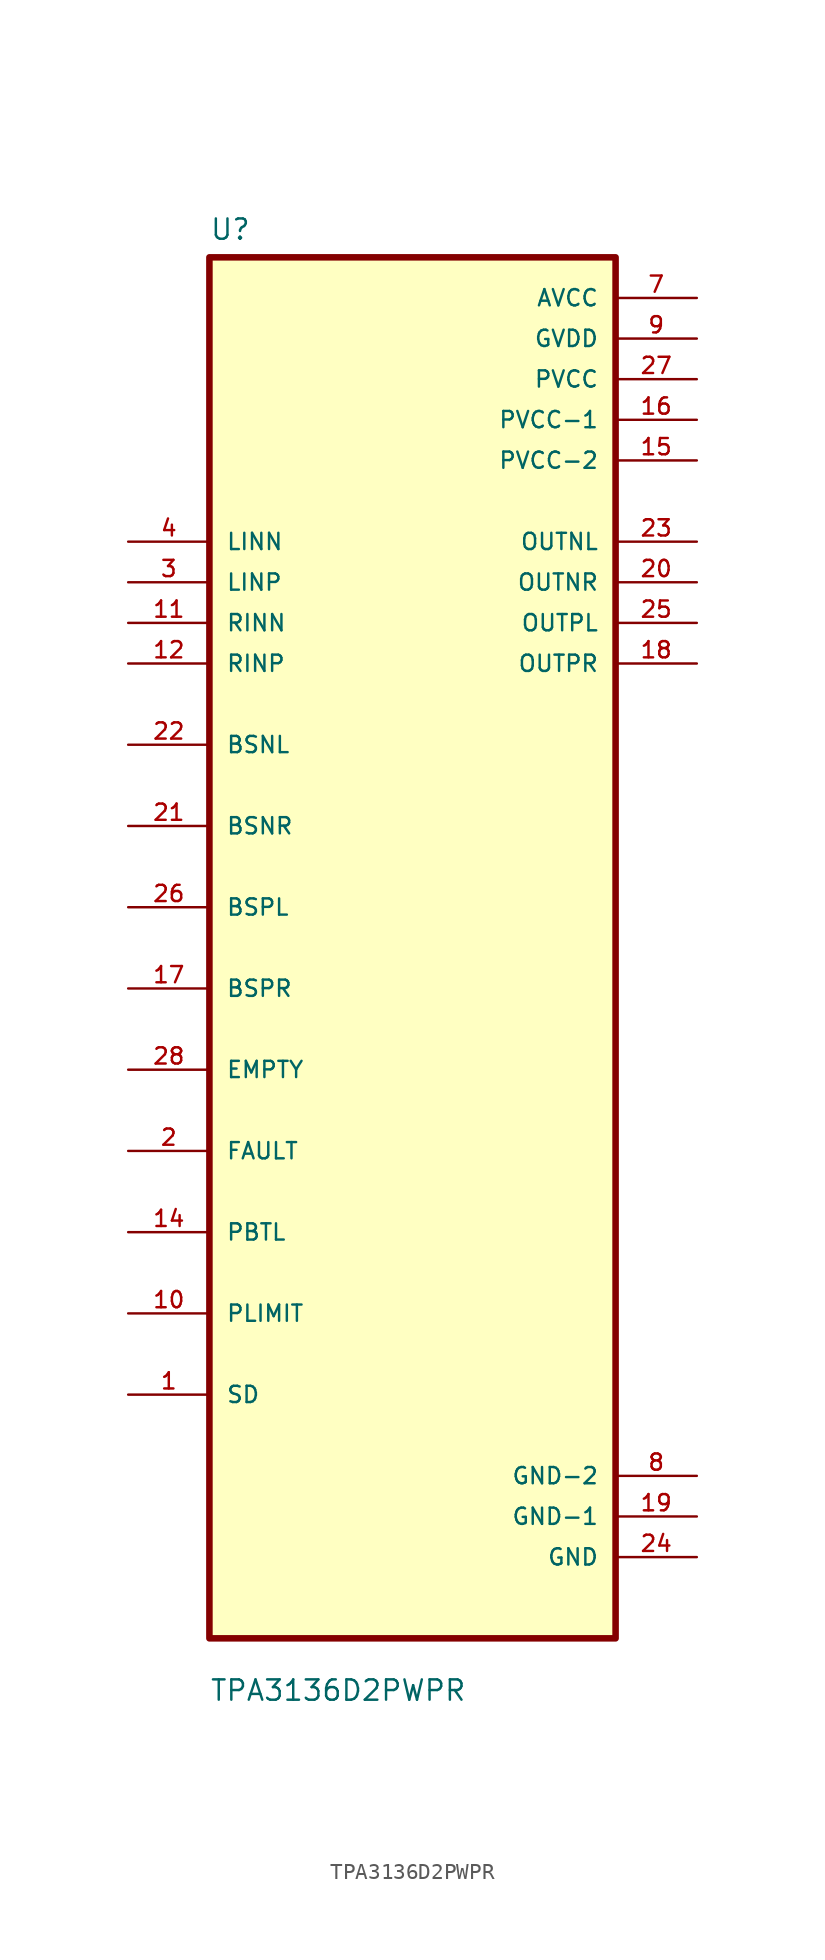
<source format=kicad_sym>
(kicad_symbol_lib
  (version 20211014)
  (generator kicad_symbol_editor)
  (symbol "TPA3136D2PWPR"
    (pin_names
      (offset 1.016))
    (property "Reference" "U"
      (at -12.7 44.18 0.0)
      (effects (font (size 1.27 1.27)) (justify bottom left)))
    (property "Value" "TPA3136D2PWPR"
      (at -12.7 -47.18 0.0)
      (effects (font (size 1.27 1.27)) (justify bottom left)))
    (symbol "TPA3136D2PWPR_0_0"
      (rectangle (start -12.7 -43.18) (end 12.7 43.18) (stroke (width 0.41)) (fill (type background)))
      (pin input line (at -17.78 25.4 0) (length 5.08) (name "LINN" (effects (font (size 1.016 1.016)))) (number "4" (effects (font (size 1.016 1.016)))))
      (pin input line (at -17.78 22.86 0) (length 5.08) (name "LINP" (effects (font (size 1.016 1.016)))) (number "3" (effects (font (size 1.016 1.016)))))
      (pin input line (at -17.78 20.32 0) (length 5.08) (name "RINN" (effects (font (size 1.016 1.016)))) (number "11" (effects (font (size 1.016 1.016)))))
      (pin input line (at -17.78 17.78 0) (length 5.08) (name "RINP" (effects (font (size 1.016 1.016)))) (number "12" (effects (font (size 1.016 1.016)))))
      (pin bidirectional line (at -17.78 12.7 0) (length 5.08) (name "BSNL" (effects (font (size 1.016 1.016)))) (number "22" (effects (font (size 1.016 1.016)))))
      (pin bidirectional line (at -17.78 7.62 0) (length 5.08) (name "BSNR" (effects (font (size 1.016 1.016)))) (number "21" (effects (font (size 1.016 1.016)))))
      (pin bidirectional line (at -17.78 2.54 0) (length 5.08) (name "BSPL" (effects (font (size 1.016 1.016)))) (number "26" (effects (font (size 1.016 1.016)))))
      (pin bidirectional line (at -17.78 -2.54 0) (length 5.08) (name "BSPR" (effects (font (size 1.016 1.016)))) (number "17" (effects (font (size 1.016 1.016)))))
      (pin bidirectional line (at -17.78 -7.62 0) (length 5.08) (name "EMPTY" (effects (font (size 1.016 1.016)))) (number "28" (effects (font (size 1.016 1.016)))))
      (pin bidirectional line (at -17.78 -12.7 0) (length 5.08) (name "FAULT" (effects (font (size 1.016 1.016)))) (number "2" (effects (font (size 1.016 1.016)))))
      (pin bidirectional line (at -17.78 -17.78 0) (length 5.08) (name "PBTL" (effects (font (size 1.016 1.016)))) (number "14" (effects (font (size 1.016 1.016)))))
      (pin bidirectional line (at -17.78 -22.86 0) (length 5.08) (name "PLIMIT" (effects (font (size 1.016 1.016)))) (number "10" (effects (font (size 1.016 1.016)))))
      (pin bidirectional line (at -17.78 -27.94 0) (length 5.08) (name "SD" (effects (font (size 1.016 1.016)))) (number "1" (effects (font (size 1.016 1.016)))))
      (pin power_in line (at 17.78 40.64 180.0) (length 5.08) (name "AVCC" (effects (font (size 1.016 1.016)))) (number "7" (effects (font (size 1.016 1.016)))))
      (pin power_in line (at 17.78 38.1 180.0) (length 5.08) (name "GVDD" (effects (font (size 1.016 1.016)))) (number "9" (effects (font (size 1.016 1.016)))))
      (pin power_in line (at 17.78 35.56 180.0) (length 5.08) (name "PVCC" (effects (font (size 1.016 1.016)))) (number "27" (effects (font (size 1.016 1.016)))))
      (pin power_in line (at 17.78 33.02 180.0) (length 5.08) (name "PVCC-1" (effects (font (size 1.016 1.016)))) (number "16" (effects (font (size 1.016 1.016)))))
      (pin power_in line (at 17.78 30.48 180.0) (length 5.08) (name "PVCC-2" (effects (font (size 1.016 1.016)))) (number "15" (effects (font (size 1.016 1.016)))))
      (pin output line (at 17.78 25.4 180.0) (length 5.08) (name "OUTNL" (effects (font (size 1.016 1.016)))) (number "23" (effects (font (size 1.016 1.016)))))
      (pin output line (at 17.78 22.86 180.0) (length 5.08) (name "OUTNR" (effects (font (size 1.016 1.016)))) (number "20" (effects (font (size 1.016 1.016)))))
      (pin output line (at 17.78 20.32 180.0) (length 5.08) (name "OUTPL" (effects (font (size 1.016 1.016)))) (number "25" (effects (font (size 1.016 1.016)))))
      (pin output line (at 17.78 17.78 180.0) (length 5.08) (name "OUTPR" (effects (font (size 1.016 1.016)))) (number "18" (effects (font (size 1.016 1.016)))))
      (pin power_in line (at 17.78 -33.02 180.0) (length 5.08) (name "GND-2" (effects (font (size 1.016 1.016)))) (number "8" (effects (font (size 1.016 1.016)))))
      (pin power_in line (at 17.78 -35.56 180.0) (length 5.08) (name "GND-1" (effects (font (size 1.016 1.016)))) (number "19" (effects (font (size 1.016 1.016)))))
      (pin power_in line (at 17.78 -38.1 180.0) (length 5.08) (name "GND" (effects (font (size 1.016 1.016)))) (number "24" (effects (font (size 1.016 1.016))))))))
</source>
